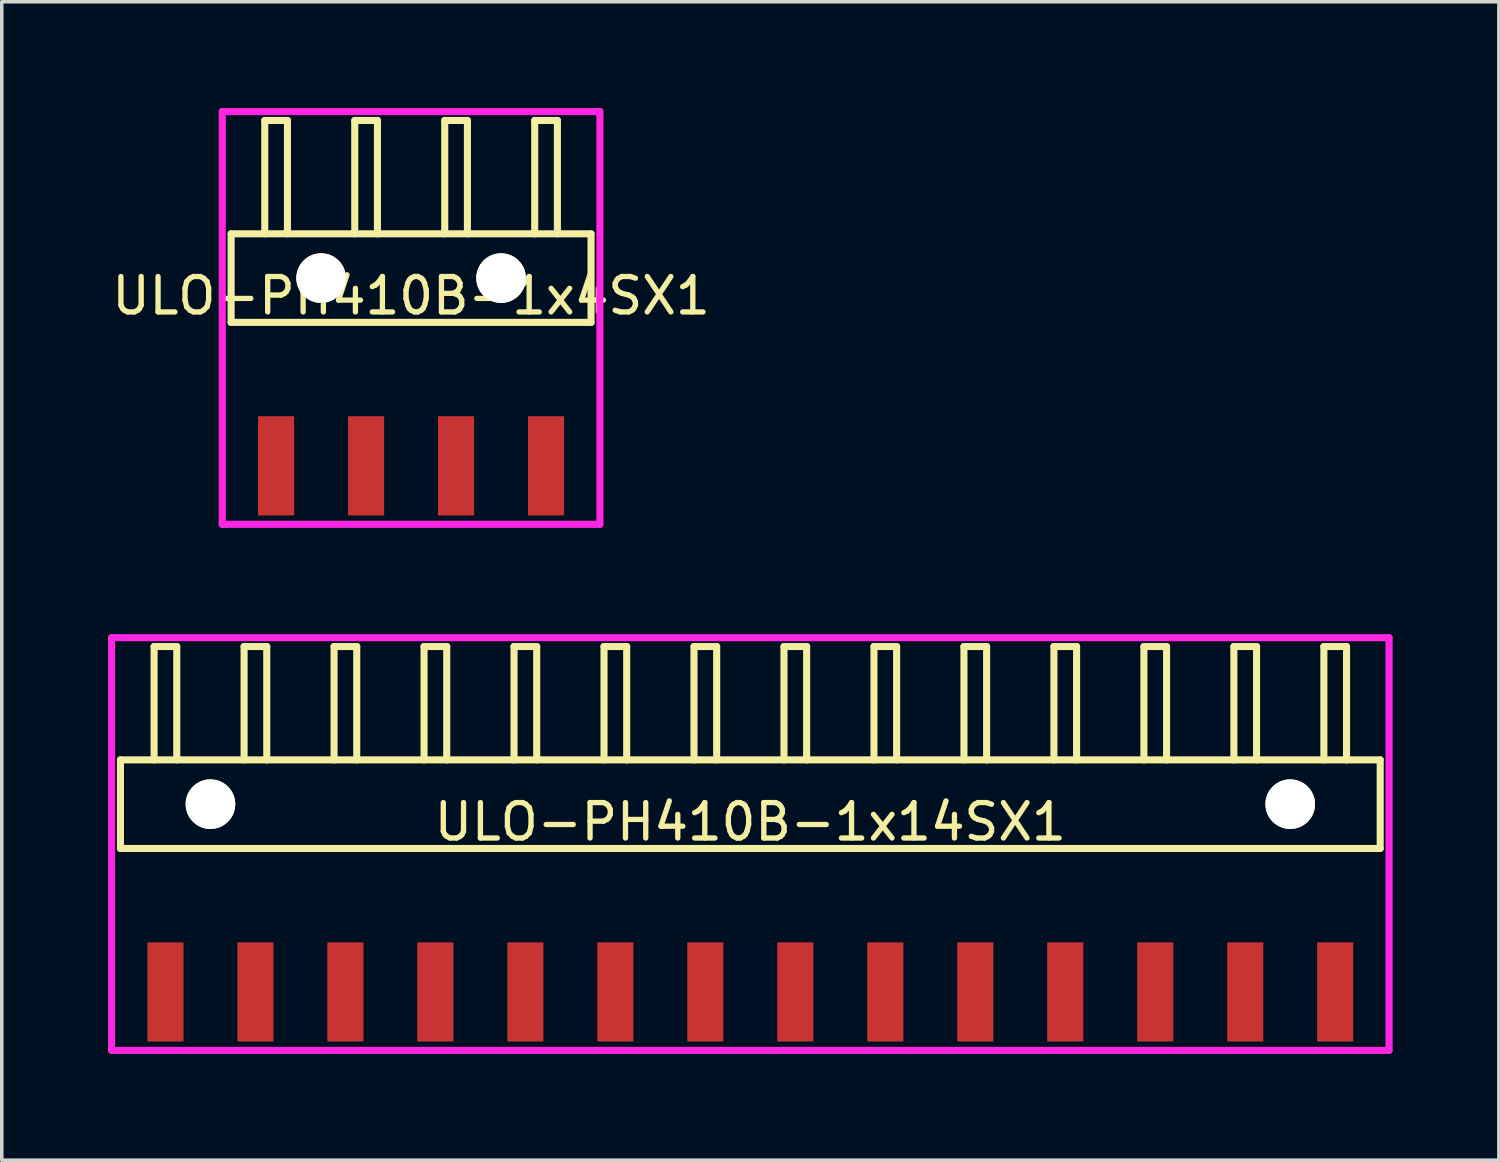
<source format=kicad_pcb>
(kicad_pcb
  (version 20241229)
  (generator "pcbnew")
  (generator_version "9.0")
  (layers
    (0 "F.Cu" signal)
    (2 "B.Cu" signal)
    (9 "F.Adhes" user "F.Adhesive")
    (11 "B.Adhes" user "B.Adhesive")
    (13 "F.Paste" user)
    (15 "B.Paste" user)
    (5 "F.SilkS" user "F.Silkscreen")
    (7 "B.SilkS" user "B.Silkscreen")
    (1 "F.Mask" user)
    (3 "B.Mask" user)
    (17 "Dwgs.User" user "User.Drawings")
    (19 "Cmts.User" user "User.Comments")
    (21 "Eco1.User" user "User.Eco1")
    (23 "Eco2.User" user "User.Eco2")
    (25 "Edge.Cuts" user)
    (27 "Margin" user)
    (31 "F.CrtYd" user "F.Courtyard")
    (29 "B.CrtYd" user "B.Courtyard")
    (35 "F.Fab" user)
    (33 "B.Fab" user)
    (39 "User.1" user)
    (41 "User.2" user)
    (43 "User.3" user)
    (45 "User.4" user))
  (footprint "ULO-PH410B-1x14SX1"
    (layer "F.Cu")
    (at 18.13 19.65)
    (property "Reference" "ULO-PH410B-1x14SX1" (at 0 0.5 0) (layer "F.SilkS") (effects (font (size 1 1) (thickness 0.15))))
    (attr through_hole)
    (fp_line (start -17.78 -1.25) (end 17.78 -1.25) (stroke (width 0.2) (type solid)) (layer "F.SilkS"))
    (fp_line (start -17.78 1.25) (end -17.78 -1.25) (stroke (width 0.2) (type solid)) (layer "F.SilkS"))
    (fp_line (start -17.78 1.25) (end 17.78 1.25) (stroke (width 0.2) (type solid)) (layer "F.SilkS"))
    (fp_line (start -16.83 -4.45) (end -16.19 -4.45) (stroke (width 0.2) (type solid)) (layer "F.SilkS"))
    (fp_line (start -16.83 -1.25) (end -16.83 -4.45) (stroke (width 0.2) (type solid)) (layer "F.SilkS"))
    (fp_line (start -16.19 -4.45) (end -16.19 -1.25) (stroke (width 0.2) (type solid)) (layer "F.SilkS"))
    (fp_line (start -14.29 -4.45) (end -13.65 -4.45) (stroke (width 0.2) (type solid)) (layer "F.SilkS"))
    (fp_line (start -14.29 -1.25) (end -14.29 -4.45) (stroke (width 0.2) (type solid)) (layer "F.SilkS"))
    (fp_line (start -13.65 -4.45) (end -13.65 -1.25) (stroke (width 0.2) (type solid)) (layer "F.SilkS"))
    (fp_line (start -11.75 -4.45) (end -11.11 -4.45) (stroke (width 0.2) (type solid)) (layer "F.SilkS"))
    (fp_line (start -11.75 -1.25) (end -11.75 -4.45) (stroke (width 0.2) (type solid)) (layer "F.SilkS"))
    (fp_line (start -11.11 -4.45) (end -11.11 -1.25) (stroke (width 0.2) (type solid)) (layer "F.SilkS"))
    (fp_line (start -9.21 -4.45) (end -8.57 -4.45) (stroke (width 0.2) (type solid)) (layer "F.SilkS"))
    (fp_line (start -9.21 -1.25) (end -9.21 -4.45) (stroke (width 0.2) (type solid)) (layer "F.SilkS"))
    (fp_line (start -8.57 -4.45) (end -8.57 -1.25) (stroke (width 0.2) (type solid)) (layer "F.SilkS"))
    (fp_line (start -6.67 -4.45) (end -6.03 -4.45) (stroke (width 0.2) (type solid)) (layer "F.SilkS"))
    (fp_line (start -6.67 -1.25) (end -6.67 -4.45) (stroke (width 0.2) (type solid)) (layer "F.SilkS"))
    (fp_line (start -6.03 -4.45) (end -6.03 -1.25) (stroke (width 0.2) (type solid)) (layer "F.SilkS"))
    (fp_line (start -4.13 -4.45) (end -3.49 -4.45) (stroke (width 0.2) (type solid)) (layer "F.SilkS"))
    (fp_line (start -4.13 -1.25) (end -4.13 -4.45) (stroke (width 0.2) (type solid)) (layer "F.SilkS"))
    (fp_line (start -3.49 -4.45) (end -3.49 -1.25) (stroke (width 0.2) (type solid)) (layer "F.SilkS"))
    (fp_line (start -1.59 -4.45) (end -0.95 -4.45) (stroke (width 0.2) (type solid)) (layer "F.SilkS"))
    (fp_line (start -1.59 -1.25) (end -1.59 -4.45) (stroke (width 0.2) (type solid)) (layer "F.SilkS"))
    (fp_line (start -0.95 -4.45) (end -0.95 -1.25) (stroke (width 0.2) (type solid)) (layer "F.SilkS"))
    (fp_line (start 0.95 -4.45) (end 1.59 -4.45) (stroke (width 0.2) (type solid)) (layer "F.SilkS"))
    (fp_line (start 0.95 -1.25) (end 0.95 -4.45) (stroke (width 0.2) (type solid)) (layer "F.SilkS"))
    (fp_line (start 1.59 -4.45) (end 1.59 -1.25) (stroke (width 0.2) (type solid)) (layer "F.SilkS"))
    (fp_line (start 3.49 -4.45) (end 4.13 -4.45) (stroke (width 0.2) (type solid)) (layer "F.SilkS"))
    (fp_line (start 3.49 -1.25) (end 3.49 -4.45) (stroke (width 0.2) (type solid)) (layer "F.SilkS"))
    (fp_line (start 4.13 -4.45) (end 4.13 -1.25) (stroke (width 0.2) (type solid)) (layer "F.SilkS"))
    (fp_line (start 6.03 -4.45) (end 6.67 -4.45) (stroke (width 0.2) (type solid)) (layer "F.SilkS"))
    (fp_line (start 6.03 -1.25) (end 6.03 -4.45) (stroke (width 0.2) (type solid)) (layer "F.SilkS"))
    (fp_line (start 6.67 -4.45) (end 6.67 -1.25) (stroke (width 0.2) (type solid)) (layer "F.SilkS"))
    (fp_line (start 8.57 -4.45) (end 9.21 -4.45) (stroke (width 0.2) (type solid)) (layer "F.SilkS"))
    (fp_line (start 8.57 -1.25) (end 8.57 -4.45) (stroke (width 0.2) (type solid)) (layer "F.SilkS"))
    (fp_line (start 9.21 -4.45) (end 9.21 -1.25) (stroke (width 0.2) (type solid)) (layer "F.SilkS"))
    (fp_line (start 11.11 -4.45) (end 11.75 -4.45) (stroke (width 0.2) (type solid)) (layer "F.SilkS"))
    (fp_line (start 11.11 -1.25) (end 11.11 -4.45) (stroke (width 0.2) (type solid)) (layer "F.SilkS"))
    (fp_line (start 11.75 -4.45) (end 11.75 -1.25) (stroke (width 0.2) (type solid)) (layer "F.SilkS"))
    (fp_line (start 13.65 -4.45) (end 14.29 -4.45) (stroke (width 0.2) (type solid)) (layer "F.SilkS"))
    (fp_line (start 13.65 -1.25) (end 13.65 -4.45) (stroke (width 0.2) (type solid)) (layer "F.SilkS"))
    (fp_line (start 14.29 -4.45) (end 14.29 -1.25) (stroke (width 0.2) (type solid)) (layer "F.SilkS"))
    (fp_line (start 16.19 -4.45) (end 16.83 -4.45) (stroke (width 0.2) (type solid)) (layer "F.SilkS"))
    (fp_line (start 16.19 -1.25) (end 16.19 -4.45) (stroke (width 0.2) (type solid)) (layer "F.SilkS"))
    (fp_line (start 16.83 -4.45) (end 16.83 -1.25) (stroke (width 0.2) (type solid)) (layer "F.SilkS"))
    (fp_line (start 17.78 1.25) (end 17.78 -1.25) (stroke (width 0.2) (type solid)) (layer "F.SilkS"))
    (fp_line (start -18.03 -4.7) (end 18.03 -4.7) (stroke (width 0.2) (type solid)) (layer "F.CrtYd"))
    (fp_line (start -18.03 6.95) (end -18.03 -4.7) (stroke (width 0.2) (type solid)) (layer "F.CrtYd"))
    (fp_line (start 18.03 -4.7) (end 18.03 6.95) (stroke (width 0.2) (type solid)) (layer "F.CrtYd"))
    (fp_line (start 18.03 6.95) (end -18.03 6.95) (stroke (width 0.2) (type solid)) (layer "F.CrtYd"))
    (pad "" np_thru_hole circle (at -15.24 0) (size 1.4 1.4) (drill 1.4) (layers "*.Cu" "*.Mask" "F.SilkS"))
    (pad "" np_thru_hole circle (at 15.24 0) (size 1.4 1.4) (drill 1.4) (layers "*.Cu" "*.Mask" "F.SilkS"))
    (pad "1" smd rect (at -16.51 5.3) (size 1.02 2.8) (layers "F.Cu" "F.Mask" "F.Paste"))
    (pad "2" smd rect (at -13.97 5.3) (size 1.02 2.8) (layers "F.Cu" "F.Mask" "F.Paste"))
    (pad "3" smd rect (at -11.43 5.3) (size 1.02 2.8) (layers "F.Cu" "F.Mask" "F.Paste"))
    (pad "4" smd rect (at -8.89 5.3) (size 1.02 2.8) (layers "F.Cu" "F.Mask" "F.Paste"))
    (pad "5" smd rect (at -6.35 5.3) (size 1.02 2.8) (layers "F.Cu" "F.Mask" "F.Paste"))
    (pad "6" smd rect (at -3.81 5.3) (size 1.02 2.8) (layers "F.Cu" "F.Mask" "F.Paste"))
    (pad "7" smd rect (at -1.27 5.3) (size 1.02 2.8) (layers "F.Cu" "F.Mask" "F.Paste"))
    (pad "8" smd rect (at 1.27 5.3) (size 1.02 2.8) (layers "F.Cu" "F.Mask" "F.Paste"))
    (pad "9" smd rect (at 3.81 5.3) (size 1.02 2.8) (layers "F.Cu" "F.Mask" "F.Paste"))
    (pad "10" smd rect (at 6.35 5.3) (size 1.02 2.8) (layers "F.Cu" "F.Mask" "F.Paste"))
    (pad "11" smd rect (at 8.89 5.3) (size 1.02 2.8) (layers "F.Cu" "F.Mask" "F.Paste"))
    (pad "12" smd rect (at 11.43 5.3) (size 1.02 2.8) (layers "F.Cu" "F.Mask" "F.Paste"))
    (pad "13" smd rect (at 13.97 5.3) (size 1.02 2.8) (layers "F.Cu" "F.Mask" "F.Paste"))
    (pad "14" smd rect (at 16.51 5.3) (size 1.02 2.8) (layers "F.Cu" "F.Mask" "F.Paste")))
  (footprint "ULO-PH410B-1x4SX1"
    (layer "F.Cu")
    (at 8.554 4.8)
    (property "Reference" "ULO-PH410B-1x4SX1" (at 0 0.5 0) (layer "F.SilkS") (effects (font (size 1 1) (thickness 0.15))))
    (attr through_hole)
    (fp_line (start -5.08 -1.25) (end 5.08 -1.25) (stroke (width 0.2) (type solid)) (layer "F.SilkS"))
    (fp_line (start -5.08 1.25) (end -5.08 -1.25) (stroke (width 0.2) (type solid)) (layer "F.SilkS"))
    (fp_line (start -5.08 1.25) (end 5.08 1.25) (stroke (width 0.2) (type solid)) (layer "F.SilkS"))
    (fp_line (start -4.13 -4.45) (end -3.49 -4.45) (stroke (width 0.2) (type solid)) (layer "F.SilkS"))
    (fp_line (start -4.13 -1.25) (end -4.13 -4.45) (stroke (width 0.2) (type solid)) (layer "F.SilkS"))
    (fp_line (start -3.49 -4.45) (end -3.49 -1.25) (stroke (width 0.2) (type solid)) (layer "F.SilkS"))
    (fp_line (start -1.59 -4.45) (end -0.95 -4.45) (stroke (width 0.2) (type solid)) (layer "F.SilkS"))
    (fp_line (start -1.59 -1.25) (end -1.59 -4.45) (stroke (width 0.2) (type solid)) (layer "F.SilkS"))
    (fp_line (start -0.95 -4.45) (end -0.95 -1.25) (stroke (width 0.2) (type solid)) (layer "F.SilkS"))
    (fp_line (start 0.95 -4.45) (end 1.59 -4.45) (stroke (width 0.2) (type solid)) (layer "F.SilkS"))
    (fp_line (start 0.95 -1.25) (end 0.95 -4.45) (stroke (width 0.2) (type solid)) (layer "F.SilkS"))
    (fp_line (start 1.59 -4.45) (end 1.59 -1.25) (stroke (width 0.2) (type solid)) (layer "F.SilkS"))
    (fp_line (start 3.49 -4.45) (end 4.13 -4.45) (stroke (width 0.2) (type solid)) (layer "F.SilkS"))
    (fp_line (start 3.49 -1.25) (end 3.49 -4.45) (stroke (width 0.2) (type solid)) (layer "F.SilkS"))
    (fp_line (start 4.13 -4.45) (end 4.13 -1.25) (stroke (width 0.2) (type solid)) (layer "F.SilkS"))
    (fp_line (start 5.08 1.25) (end 5.08 -1.25) (stroke (width 0.2) (type solid)) (layer "F.SilkS"))
    (fp_line (start -5.33 -4.7) (end 5.33 -4.7) (stroke (width 0.2) (type solid)) (layer "F.CrtYd"))
    (fp_line (start -5.33 6.95) (end -5.33 -4.7) (stroke (width 0.2) (type solid)) (layer "F.CrtYd"))
    (fp_line (start 5.33 -4.7) (end 5.33 6.95) (stroke (width 0.2) (type solid)) (layer "F.CrtYd"))
    (fp_line (start 5.33 6.95) (end -5.33 6.95) (stroke (width 0.2) (type solid)) (layer "F.CrtYd"))
    (pad "" np_thru_hole circle (at -2.54 0) (size 1.4 1.4) (drill 1.4) (layers "*.Cu" "*.Mask" "F.SilkS"))
    (pad "" np_thru_hole circle (at 2.54 0) (size 1.4 1.4) (drill 1.4) (layers "*.Cu" "*.Mask" "F.SilkS"))
    (pad "1" smd rect (at -3.81 5.3) (size 1.02 2.8) (layers "F.Cu" "F.Mask" "F.Paste"))
    (pad "2" smd rect (at -1.27 5.3) (size 1.02 2.8) (layers "F.Cu" "F.Mask" "F.Paste"))
    (pad "3" smd rect (at 1.27 5.3) (size 1.02 2.8) (layers "F.Cu" "F.Mask" "F.Paste"))
    (pad "4" smd rect (at 3.81 5.3) (size 1.02 2.8) (layers "F.Cu" "F.Mask" "F.Paste")))
  (gr_rect
    (start -3 -3)
    (end 39.26 29.7)
    (stroke (width 0.1) (type default))
    (fill no)
    (layer "Edge.Cuts")))
</source>
